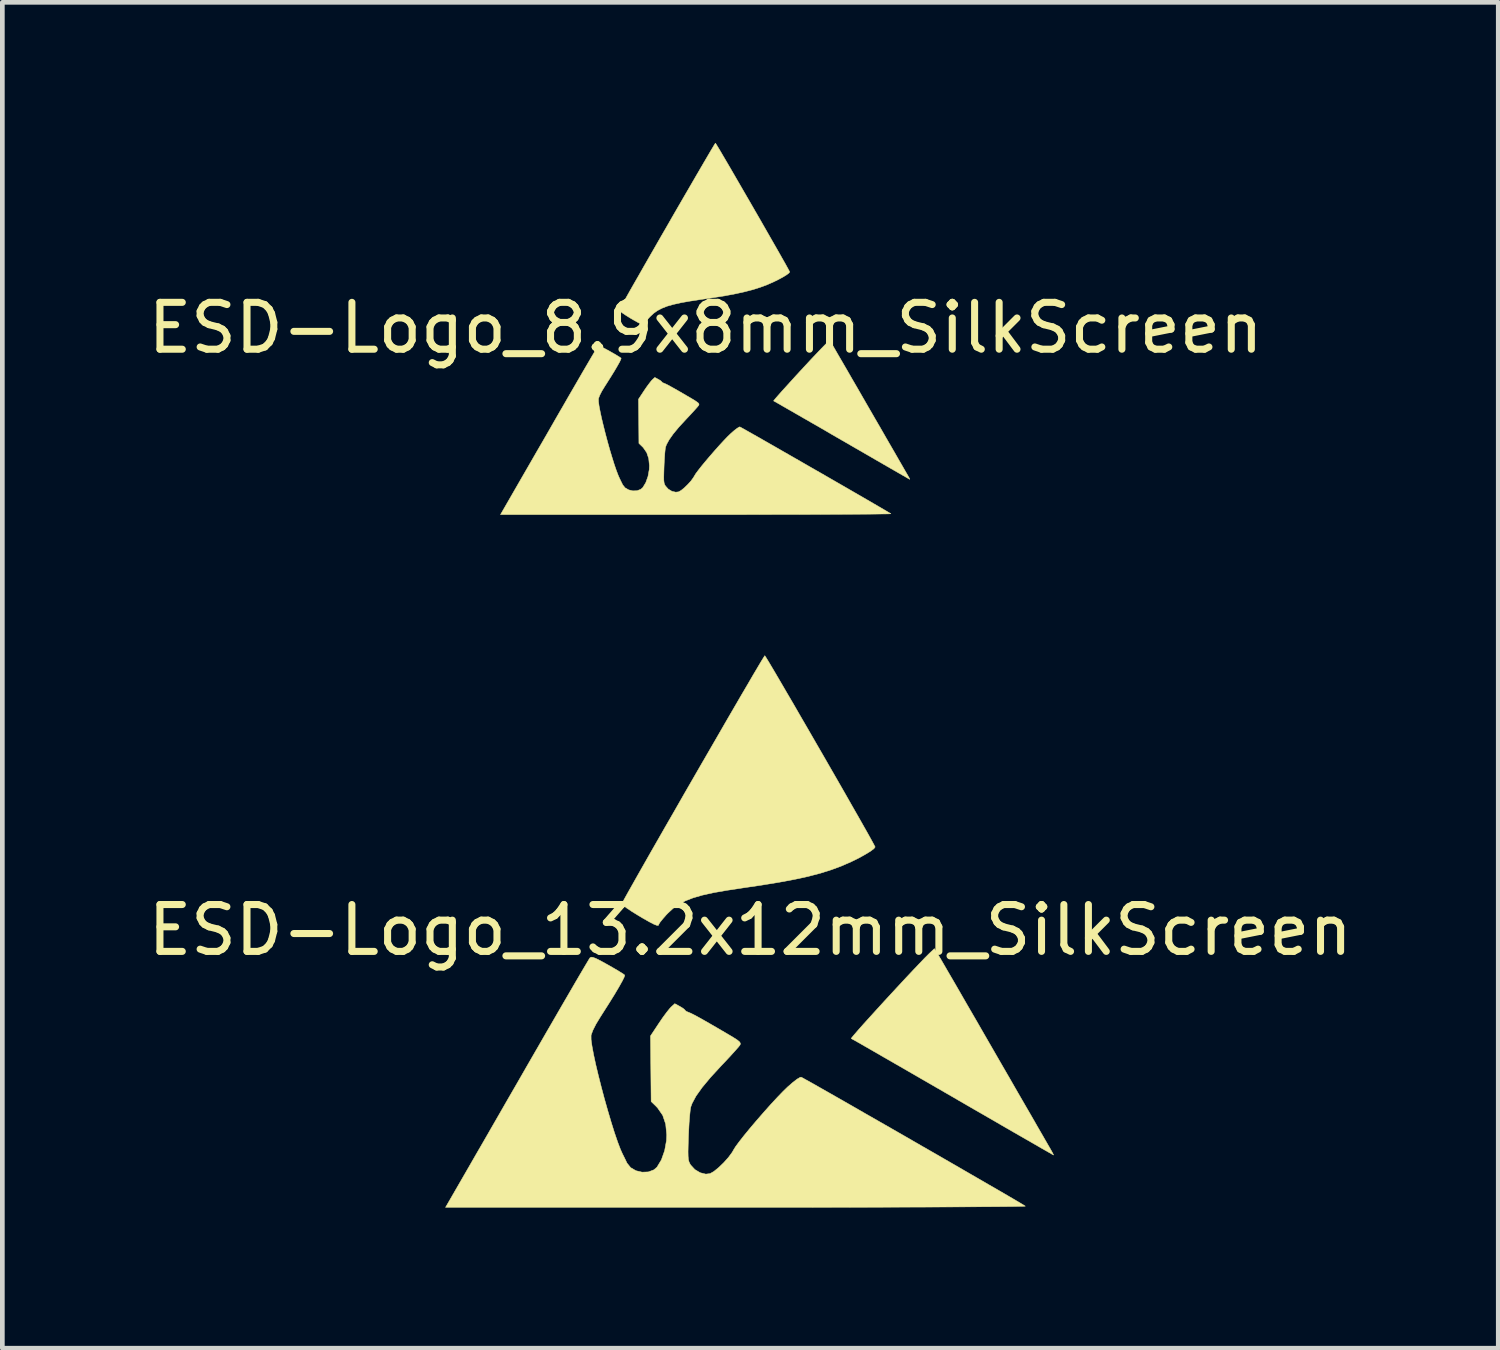
<source format=kicad_pcb>
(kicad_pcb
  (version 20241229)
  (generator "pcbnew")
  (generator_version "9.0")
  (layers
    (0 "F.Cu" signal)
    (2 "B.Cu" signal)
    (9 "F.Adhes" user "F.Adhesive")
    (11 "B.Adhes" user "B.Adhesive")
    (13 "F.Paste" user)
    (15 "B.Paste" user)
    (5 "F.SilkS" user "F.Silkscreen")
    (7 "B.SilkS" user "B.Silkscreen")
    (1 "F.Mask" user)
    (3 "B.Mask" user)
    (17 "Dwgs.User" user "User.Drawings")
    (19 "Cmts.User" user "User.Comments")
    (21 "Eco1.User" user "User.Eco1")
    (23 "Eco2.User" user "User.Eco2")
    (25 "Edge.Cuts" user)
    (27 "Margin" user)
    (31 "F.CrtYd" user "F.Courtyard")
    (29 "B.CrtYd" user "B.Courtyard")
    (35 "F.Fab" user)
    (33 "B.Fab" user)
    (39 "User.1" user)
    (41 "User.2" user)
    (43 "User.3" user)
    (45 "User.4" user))
  (footprint "ESD-Logo_8.9x8mm_SilkScreen"
    (layer "F.Cu")
    (at 12.006 3.946)
    (property "Reference" "ESD-Logo_8.9x8mm_SilkScreen" (at 0 0 0) (layer "F.SilkS") (effects (font (size 1 1) (thickness 0.15))))
    (attr exclude_from_pos_files exclude_from_bom)
    (fp_poly (pts (xy 2.676 0.316) (xy 2.691 0.342) (xy 2.726 0.4) (xy 2.778 0.49) (xy 2.845 0.606) (xy 2.927 0.747) (xy 3.021 0.909) (xy 3.125 1.09) (xy 3.239 1.286) (xy 3.359 1.495) (xy 3.483 1.71) (xy 3.61 1.93) (xy 3.732 2.14) (xy 3.846 2.339) (xy 3.953 2.524) (xy 4.049 2.69) (xy 4.132 2.835) (xy 4.202 2.956) (xy 4.256 3.05) (xy 4.293 3.114) (xy 4.311 3.144) (xy 4.339 3.194) (xy 4.354 3.226) (xy 4.355 3.231) (xy 4.336 3.221) (xy 4.284 3.191) (xy 4.202 3.144) (xy 4.091 3.08) (xy 3.955 3.002) (xy 3.797 2.911) (xy 3.619 2.808) (xy 3.424 2.695) (xy 3.214 2.574) (xy 2.993 2.446) (xy 2.909 2.398) (xy 2.684 2.268) (xy 2.47 2.143) (xy 2.268 2.027) (xy 2.082 1.92) (xy 1.915 1.824) (xy 1.769 1.74) (xy 1.647 1.67) (xy 1.552 1.615) (xy 1.487 1.578) (xy 1.454 1.56) (xy 1.45 1.558) (xy 1.46 1.542) (xy 1.495 1.5) (xy 1.552 1.435) (xy 1.626 1.351) (xy 1.715 1.253) (xy 1.814 1.144) (xy 1.92 1.027) (xy 2.03 0.908) (xy 2.14 0.789) (xy 2.246 0.675) (xy 2.345 0.57) (xy 2.433 0.477) (xy 2.507 0.401) (xy 2.562 0.345) (xy 2.581 0.326) (xy 2.645 0.267) (xy 2.676 0.316)) (stroke (width 0.01) (type solid)) (fill yes) (layer "F.SilkS"))
    (fp_poly (pts (xy 0.221 -3.924) (xy 0.252 -3.873) (xy 0.3 -3.794) (xy 0.362 -3.688) (xy 0.438 -3.559) (xy 0.524 -3.412) (xy 0.619 -3.248) (xy 0.721 -3.072) (xy 0.828 -2.887) (xy 0.939 -2.696) (xy 1.05 -2.503) (xy 1.161 -2.311) (xy 1.268 -2.124) (xy 1.371 -1.944) (xy 1.467 -1.776) (xy 1.555 -1.623) (xy 1.631 -1.488) (xy 1.696 -1.374) (xy 1.745 -1.285) (xy 1.778 -1.224) (xy 1.793 -1.195) (xy 1.793 -1.193) (xy 1.775 -1.169) (xy 1.725 -1.131) (xy 1.648 -1.084) (xy 1.552 -1.032) (xy 1.45 -0.982) (xy 1.312 -0.921) (xy 1.167 -0.867) (xy 1.01 -0.817) (xy 0.836 -0.772) (xy 0.639 -0.728) (xy 0.416 -0.686) (xy 0.16 -0.645) (xy -0.104 -0.606) (xy -0.334 -0.571) (xy -0.527 -0.537) (xy -0.688 -0.501) (xy -0.822 -0.463) (xy -0.933 -0.419) (xy -1.027 -0.37) (xy -1.109 -0.312) (xy -1.182 -0.244) (xy -1.206 -0.219) (xy -1.258 -0.16) (xy -1.296 -0.112) (xy -1.313 -0.084) (xy -1.314 -0.082) (xy -1.32 -0.068) (xy -1.341 -0.067) (xy -1.382 -0.083) (xy -1.447 -0.117) (xy -1.541 -0.17) (xy -1.606 -0.208) (xy -1.702 -0.268) (xy -1.778 -0.319) (xy -1.826 -0.358) (xy -1.843 -0.381) (xy -1.843 -0.381) (xy -1.833 -0.403) (xy -1.803 -0.457) (xy -1.756 -0.542) (xy -1.693 -0.653) (xy -1.617 -0.789) (xy -1.528 -0.945) (xy -1.428 -1.119) (xy -1.32 -1.309) (xy -1.205 -1.51) (xy -1.084 -1.72) (xy -0.96 -1.937) (xy -0.833 -2.156) (xy -0.707 -2.376) (xy -0.582 -2.592) (xy -0.46 -2.803) (xy -0.343 -3.004) (xy -0.233 -3.194) (xy -0.131 -3.369) (xy -0.039 -3.527) (xy 0.041 -3.663) (xy 0.107 -3.776) (xy 0.158 -3.861) (xy 0.192 -3.918) (xy 0.208 -3.941) (xy 0.209 -3.941) (xy 0.221 -3.924)) (stroke (width 0.01) (type solid)) (fill yes) (layer "F.SilkS"))
    (fp_poly (pts (xy -2.259 0.392) (xy -2.215 0.409) (xy -2.149 0.443) (xy -2.053 0.495) (xy -2.045 0.5) (xy -1.957 0.55) (xy -1.883 0.594) (xy -1.829 0.628) (xy -1.804 0.646) (xy -1.804 0.647) (xy -1.81 0.672) (xy -1.837 0.729) (xy -1.885 0.814) (xy -1.95 0.925) (xy -2.032 1.057) (xy -2.128 1.209) (xy -2.152 1.246) (xy -2.215 1.349) (xy -2.26 1.437) (xy -2.285 1.504) (xy -2.287 1.517) (xy -2.286 1.574) (xy -2.274 1.666) (xy -2.251 1.785) (xy -2.221 1.927) (xy -2.183 2.084) (xy -2.141 2.252) (xy -2.095 2.425) (xy -2.047 2.596) (xy -1.998 2.759) (xy -1.951 2.91) (xy -1.906 3.041) (xy -1.865 3.148) (xy -1.837 3.211) (xy -1.804 3.279) (xy -1.772 3.344) (xy -1.771 3.347) (xy -1.719 3.412) (xy -1.642 3.456) (xy -1.554 3.477) (xy -1.464 3.474) (xy -1.385 3.444) (xy -1.341 3.406) (xy -1.277 3.3) (xy -1.23 3.167) (xy -1.204 3.023) (xy -1.2 2.94) (xy -1.215 2.787) (xy -1.258 2.66) (xy -1.332 2.553) (xy -1.355 2.53) (xy -1.424 2.463) (xy -1.428 1.992) (xy -1.433 1.521) (xy -1.313 1.339) (xy -1.257 1.257) (xy -1.202 1.183) (xy -1.158 1.127) (xy -1.139 1.107) (xy -1.085 1.057) (xy -1.012 1.096) (xy -0.965 1.124) (xy -0.94 1.146) (xy -0.938 1.15) (xy -0.921 1.167) (xy -0.892 1.179) (xy -0.863 1.191) (xy -0.819 1.212) (xy -0.756 1.246) (xy -0.671 1.293) (xy -0.559 1.357) (xy -0.417 1.44) (xy -0.339 1.485) (xy -0.248 1.539) (xy -0.189 1.578) (xy -0.155 1.605) (xy -0.142 1.626) (xy -0.145 1.645) (xy -0.147 1.649) (xy -0.168 1.677) (xy -0.213 1.728) (xy -0.276 1.798) (xy -0.353 1.881) (xy -0.419 1.951) (xy -0.572 2.117) (xy -0.692 2.262) (xy -0.779 2.385) (xy -0.836 2.489) (xy -0.855 2.542) (xy -0.863 2.588) (xy -0.871 2.667) (xy -0.878 2.77) (xy -0.885 2.887) (xy -0.888 2.961) (xy -0.892 3.089) (xy -0.894 3.183) (xy -0.893 3.25) (xy -0.888 3.296) (xy -0.88 3.329) (xy -0.867 3.357) (xy -0.856 3.374) (xy -0.797 3.44) (xy -0.72 3.486) (xy -0.639 3.505) (xy -0.578 3.498) (xy -0.523 3.467) (xy -0.454 3.411) (xy -0.381 3.34) (xy -0.313 3.265) (xy -0.261 3.193) (xy -0.241 3.159) (xy -0.212 3.111) (xy -0.159 3.04) (xy -0.087 2.948) (xy -0.001 2.844) (xy 0.094 2.732) (xy 0.194 2.617) (xy 0.293 2.506) (xy 0.387 2.404) (xy 0.471 2.316) (xy 0.538 2.252) (xy 0.611 2.188) (xy 0.673 2.141) (xy 0.716 2.115) (xy 0.73 2.112) (xy 0.752 2.124) (xy 0.807 2.154) (xy 0.892 2.202) (xy 1.003 2.265) (xy 1.138 2.341) (xy 1.293 2.43) (xy 1.465 2.528) (xy 1.651 2.635) (xy 1.848 2.748) (xy 2.052 2.865) (xy 2.26 2.985) (xy 2.47 3.105) (xy 2.678 3.225) (xy 2.881 3.342) (xy 3.075 3.454) (xy 3.258 3.56) (xy 3.426 3.657) (xy 3.577 3.745) (xy 3.706 3.82) (xy 3.812 3.882) (xy 3.89 3.928) (xy 3.937 3.956) (xy 3.951 3.965) (xy 3.932 3.967) (xy 3.874 3.969) (xy 3.778 3.97) (xy 3.646 3.972) (xy 3.48 3.974) (xy 3.282 3.975) (xy 3.054 3.976) (xy 2.798 3.978) (xy 2.515 3.979) (xy 2.209 3.98) (xy 1.88 3.981) (xy 1.531 3.981) (xy 1.163 3.982) (xy 0.779 3.983) (xy 0.38 3.983) (xy -0.031 3.983) (xy -0.203 3.983) (xy -4.377 3.983) (xy -4.08 3.467) (xy -4.017 3.358) (xy -3.936 3.217) (xy -3.839 3.049) (xy -3.73 2.86) (xy -3.611 2.653) (xy -3.484 2.434) (xy -3.353 2.207) (xy -3.221 1.976) (xy -3.089 1.747) (xy -3.055 1.689) (xy -2.934 1.478) (xy -2.818 1.278) (xy -2.709 1.09) (xy -2.61 0.919) (xy -2.521 0.767) (xy -2.445 0.637) (xy -2.383 0.532) (xy -2.338 0.456) (xy -2.31 0.41) (xy -2.303 0.399) (xy -2.286 0.389) (xy -2.259 0.392)) (stroke (width 0.01) (type solid)) (fill yes) (layer "F.SilkS")))
  (footprint "ESD-Logo_13.2x12mm_SilkScreen"
    (layer "F.Cu")
    (at 12.958 16.794)
    (property "Reference" "ESD-Logo_13.2x12mm_SilkScreen" (at 0 0 0) (layer "F.SilkS") (effects (font (size 1 1) (thickness 0.15))))
    (attr exclude_from_pos_files exclude_from_bom)
    (fp_poly (pts (xy 3.975 0.469) (xy 3.998 0.507) (xy 4.049 0.595) (xy 4.126 0.727) (xy 4.226 0.9) (xy 4.348 1.109) (xy 4.487 1.35) (xy 4.642 1.619) (xy 4.811 1.91) (xy 4.99 2.221) (xy 5.174 2.54) (xy 5.362 2.866) (xy 5.543 3.179) (xy 5.713 3.475) (xy 5.871 3.748) (xy 6.014 3.995) (xy 6.138 4.211) (xy 6.242 4.391) (xy 6.322 4.53) (xy 6.377 4.625) (xy 6.403 4.67) (xy 6.445 4.745) (xy 6.468 4.792) (xy 6.469 4.8) (xy 6.441 4.784) (xy 6.364 4.74) (xy 6.241 4.67) (xy 6.077 4.575) (xy 5.875 4.459) (xy 5.64 4.324) (xy 5.375 4.171) (xy 5.085 4.003) (xy 4.774 3.824) (xy 4.446 3.634) (xy 4.321 3.561) (xy 3.987 3.368) (xy 3.668 3.184) (xy 3.369 3.011) (xy 3.093 2.852) (xy 2.844 2.709) (xy 2.628 2.584) (xy 2.447 2.48) (xy 2.306 2.399) (xy 2.208 2.344) (xy 2.159 2.317) (xy 2.154 2.314) (xy 2.169 2.29) (xy 2.221 2.228) (xy 2.305 2.131) (xy 2.415 2.007) (xy 2.547 1.861) (xy 2.694 1.699) (xy 2.852 1.526) (xy 3.015 1.349) (xy 3.179 1.172) (xy 3.336 1.003) (xy 3.483 0.847) (xy 3.614 0.709) (xy 3.723 0.595) (xy 3.806 0.512) (xy 3.834 0.485) (xy 3.928 0.396) (xy 3.975 0.469)) (stroke (width 0.01) (type solid)) (fill yes) (layer "F.SilkS"))
    (fp_poly (pts (xy 0.328 -5.828) (xy 0.374 -5.754) (xy 0.445 -5.635) (xy 0.538 -5.478) (xy 0.65 -5.287) (xy 0.778 -5.067) (xy 0.92 -4.825) (xy 1.071 -4.563) (xy 1.231 -4.288) (xy 1.394 -4.005) (xy 1.56 -3.718) (xy 1.724 -3.433) (xy 1.884 -3.155) (xy 2.037 -2.888) (xy 2.179 -2.638) (xy 2.309 -2.411) (xy 2.423 -2.21) (xy 2.519 -2.04) (xy 2.592 -1.908) (xy 2.641 -1.818) (xy 2.663 -1.775) (xy 2.664 -1.773) (xy 2.637 -1.736) (xy 2.562 -1.68) (xy 2.448 -1.611) (xy 2.305 -1.532) (xy 2.154 -1.458) (xy 1.949 -1.368) (xy 1.734 -1.288) (xy 1.5 -1.214) (xy 1.241 -1.146) (xy 0.949 -1.082) (xy 0.617 -1.02) (xy 0.238 -0.958) (xy -0.155 -0.9) (xy -0.496 -0.848) (xy -0.783 -0.798) (xy -1.022 -0.745) (xy -1.221 -0.687) (xy -1.386 -0.623) (xy -1.526 -0.549) (xy -1.647 -0.463) (xy -1.756 -0.362) (xy -1.792 -0.325) (xy -1.868 -0.238) (xy -1.925 -0.167) (xy -1.951 -0.125) (xy -1.951 -0.121) (xy -1.961 -0.1) (xy -1.992 -0.1) (xy -2.053 -0.123) (xy -2.15 -0.173) (xy -2.289 -0.252) (xy -2.385 -0.309) (xy -2.529 -0.398) (xy -2.641 -0.473) (xy -2.713 -0.531) (xy -2.738 -0.565) (xy -2.738 -0.565) (xy -2.722 -0.598) (xy -2.678 -0.679) (xy -2.608 -0.805) (xy -2.515 -0.97) (xy -2.401 -1.172) (xy -2.269 -1.404) (xy -2.122 -1.663) (xy -1.961 -1.944) (xy -1.79 -2.243) (xy -1.61 -2.555) (xy -1.426 -2.877) (xy -1.238 -3.203) (xy -1.05 -3.529) (xy -0.864 -3.85) (xy -0.683 -4.163) (xy -0.51 -4.463) (xy -0.346 -4.745) (xy -0.195 -5.005) (xy -0.058 -5.238) (xy 0.06 -5.441) (xy 0.159 -5.608) (xy 0.235 -5.736) (xy 0.286 -5.819) (xy 0.309 -5.854) (xy 0.31 -5.854) (xy 0.328 -5.828)) (stroke (width 0.01) (type solid)) (fill yes) (layer "F.SilkS"))
    (fp_poly (pts (xy -3.356 0.582) (xy -3.291 0.607) (xy -3.192 0.657) (xy -3.049 0.736) (xy -3.038 0.742) (xy -2.907 0.817) (xy -2.796 0.883) (xy -2.717 0.932) (xy -2.68 0.96) (xy -2.679 0.961) (xy -2.688 0.999) (xy -2.729 1.083) (xy -2.8 1.21) (xy -2.897 1.374) (xy -3.019 1.57) (xy -3.162 1.795) (xy -3.197 1.85) (xy -3.29 2.003) (xy -3.357 2.135) (xy -3.394 2.234) (xy -3.397 2.253) (xy -3.396 2.339) (xy -3.377 2.474) (xy -3.344 2.652) (xy -3.299 2.862) (xy -3.243 3.096) (xy -3.18 3.345) (xy -3.112 3.601) (xy -3.04 3.855) (xy -2.968 4.098) (xy -2.898 4.322) (xy -2.831 4.518) (xy -2.771 4.676) (xy -2.729 4.77) (xy -2.679 4.87) (xy -2.633 4.966) (xy -2.63 4.972) (xy -2.553 5.068) (xy -2.44 5.134) (xy -2.308 5.165) (xy -2.175 5.16) (xy -2.058 5.116) (xy -1.991 5.059) (xy -1.896 4.901) (xy -1.827 4.705) (xy -1.788 4.49) (xy -1.783 4.368) (xy -1.805 4.14) (xy -1.869 3.951) (xy -1.979 3.793) (xy -2.013 3.757) (xy -2.115 3.658) (xy -2.129 2.259) (xy -1.95 1.989) (xy -1.867 1.867) (xy -1.786 1.757) (xy -1.72 1.675) (xy -1.692 1.644) (xy -1.611 1.57) (xy -1.503 1.628) (xy -1.434 1.67) (xy -1.396 1.703) (xy -1.394 1.709) (xy -1.368 1.733) (xy -1.324 1.752) (xy -1.282 1.769) (xy -1.217 1.8) (xy -1.123 1.85) (xy -0.996 1.921) (xy -0.83 2.016) (xy -0.619 2.139) (xy -0.504 2.206) (xy -0.369 2.286) (xy -0.28 2.343) (xy -0.23 2.384) (xy -0.211 2.415) (xy -0.215 2.443) (xy -0.218 2.45) (xy -0.249 2.491) (xy -0.316 2.567) (xy -0.41 2.671) (xy -0.524 2.794) (xy -0.623 2.898) (xy -0.85 3.145) (xy -1.028 3.359) (xy -1.158 3.542) (xy -1.241 3.697) (xy -1.27 3.776) (xy -1.281 3.844) (xy -1.293 3.962) (xy -1.305 4.114) (xy -1.314 4.288) (xy -1.319 4.399) (xy -1.325 4.589) (xy -1.328 4.728) (xy -1.326 4.827) (xy -1.32 4.896) (xy -1.307 4.945) (xy -1.287 4.987) (xy -1.272 5.012) (xy -1.183 5.109) (xy -1.069 5.177) (xy -0.949 5.207) (xy -0.858 5.196) (xy -0.777 5.15) (xy -0.675 5.067) (xy -0.566 4.962) (xy -0.465 4.849) (xy -0.387 4.743) (xy -0.358 4.692) (xy -0.315 4.622) (xy -0.236 4.515) (xy -0.13 4.38) (xy -0.002 4.224) (xy 0.139 4.058) (xy 0.288 3.887) (xy 0.435 3.722) (xy 0.575 3.571) (xy 0.7 3.441) (xy 0.799 3.345) (xy 0.908 3.25) (xy 0.999 3.18) (xy 1.064 3.142) (xy 1.085 3.138) (xy 1.118 3.155) (xy 1.199 3.2) (xy 1.325 3.27) (xy 1.49 3.364) (xy 1.691 3.478) (xy 1.921 3.609) (xy 2.176 3.755) (xy 2.452 3.914) (xy 2.744 4.081) (xy 3.048 4.255) (xy 3.358 4.433) (xy 3.669 4.613) (xy 3.978 4.79) (xy 4.279 4.964) (xy 4.568 5.131) (xy 4.839 5.288) (xy 5.089 5.433) (xy 5.313 5.562) (xy 5.505 5.674) (xy 5.662 5.766) (xy 5.777 5.834) (xy 5.848 5.877) (xy 5.868 5.89) (xy 5.841 5.893) (xy 5.754 5.895) (xy 5.611 5.898) (xy 5.415 5.9) (xy 5.169 5.902) (xy 4.875 5.904) (xy 4.536 5.906) (xy 4.156 5.908) (xy 3.736 5.91) (xy 3.281 5.911) (xy 2.792 5.913) (xy 2.274 5.914) (xy 1.728 5.915) (xy 1.157 5.916) (xy 0.565 5.916) (xy -0.046 5.916) (xy -0.302 5.916) (xy -6.502 5.916) (xy -6.06 5.15) (xy -5.966 4.987) (xy -5.846 4.778) (xy -5.702 4.53) (xy -5.54 4.248) (xy -5.363 3.941) (xy -5.176 3.615) (xy -4.981 3.278) (xy -4.784 2.935) (xy -4.588 2.595) (xy -4.538 2.509) (xy -4.358 2.196) (xy -4.185 1.898) (xy -4.024 1.619) (xy -3.876 1.365) (xy -3.745 1.139) (xy -3.632 0.946) (xy -3.54 0.79) (xy -3.473 0.677) (xy -3.432 0.609) (xy -3.42 0.592) (xy -3.396 0.578) (xy -3.356 0.582)) (stroke (width 0.01) (type solid)) (fill yes) (layer "F.SilkS")))
  (gr_rect
    (start -3 -3)
    (end 28.917 25.715)
    (stroke (width 0.1) (type default))
    (fill no)
    (layer "Edge.Cuts")))
</source>
